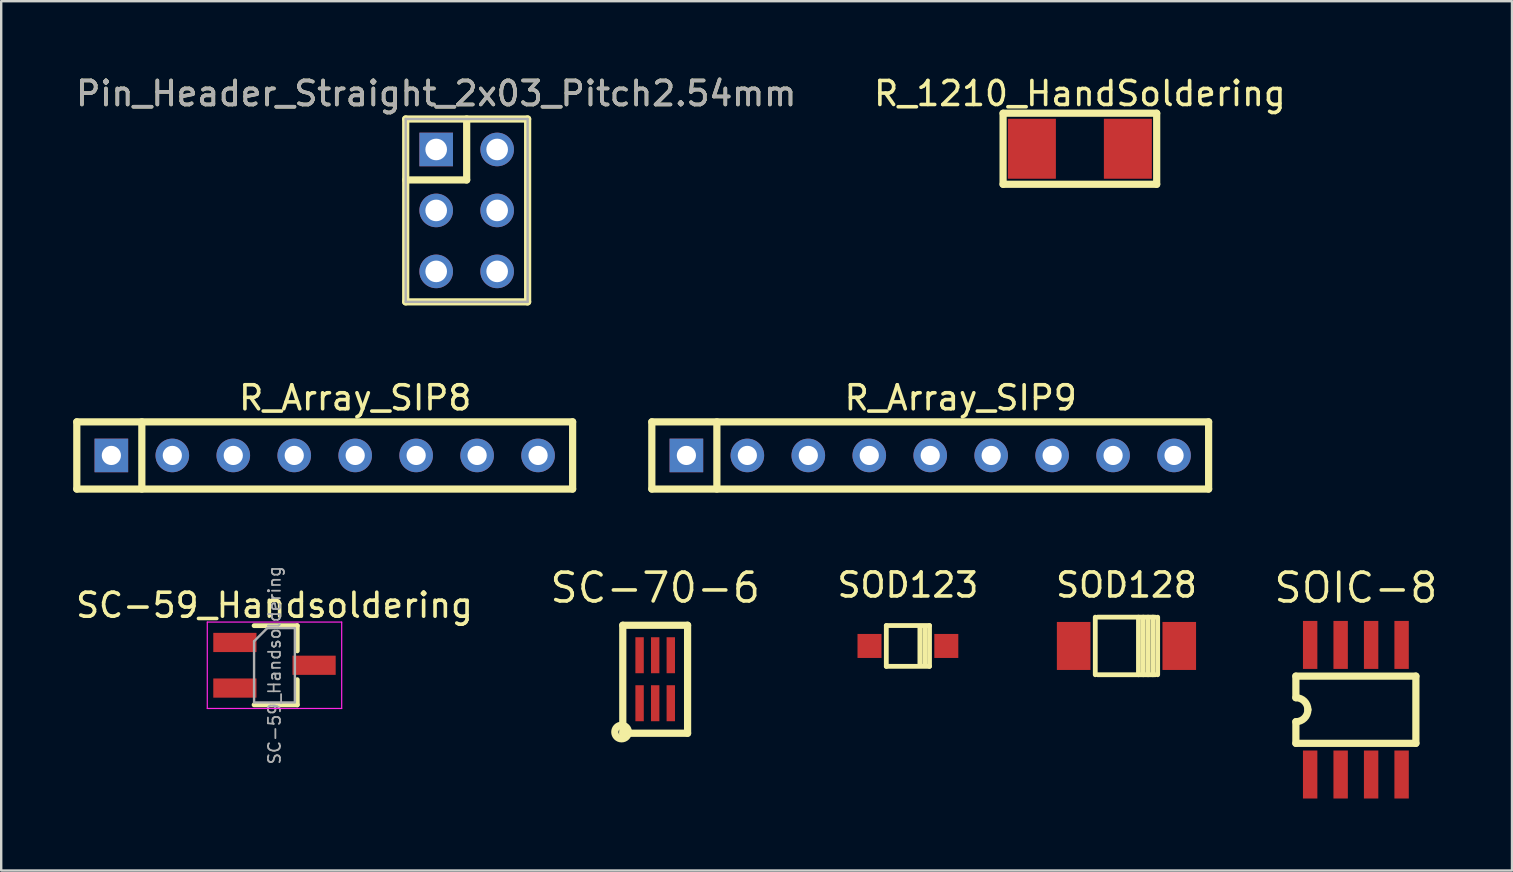
<source format=kicad_pcb>
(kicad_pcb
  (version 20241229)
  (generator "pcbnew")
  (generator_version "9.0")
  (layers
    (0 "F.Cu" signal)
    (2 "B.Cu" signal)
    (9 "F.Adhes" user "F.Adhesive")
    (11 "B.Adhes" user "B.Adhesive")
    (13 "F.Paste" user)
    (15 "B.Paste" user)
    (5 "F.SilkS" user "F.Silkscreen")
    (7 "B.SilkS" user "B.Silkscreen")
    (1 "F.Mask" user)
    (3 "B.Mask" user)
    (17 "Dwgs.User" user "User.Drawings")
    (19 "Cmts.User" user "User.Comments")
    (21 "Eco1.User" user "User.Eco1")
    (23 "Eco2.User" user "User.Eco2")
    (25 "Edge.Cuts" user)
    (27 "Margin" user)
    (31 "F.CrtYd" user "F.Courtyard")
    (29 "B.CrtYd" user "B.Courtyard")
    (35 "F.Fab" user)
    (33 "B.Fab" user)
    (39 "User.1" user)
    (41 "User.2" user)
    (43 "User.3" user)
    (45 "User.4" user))
  (footprint "R_Array_SIP8"
    (layer "F.Cu")
    (at 1.59 15.927)
    (property "Reference" "R_Array_SIP8" (at 10.16 -2.4 0) (layer "F.SilkS") (effects (font (size 1 1) (thickness 0.15))))
    (attr through_hole)
    (fp_line (start -1.44 -1.4) (end -1.44 1.4) (stroke (width 0.3) (type solid)) (layer "F.SilkS"))
    (fp_line (start -1.44 1.4) (end 19.22 1.4) (stroke (width 0.3) (type solid)) (layer "F.SilkS"))
    (fp_line (start 1.27 -1.4) (end 1.27 1.4) (stroke (width 0.3) (type solid)) (layer "F.SilkS"))
    (fp_line (start 19.22 -1.4) (end -1.44 -1.4) (stroke (width 0.3) (type solid)) (layer "F.SilkS"))
    (fp_line (start 19.22 1.4) (end 19.22 -1.4) (stroke (width 0.3) (type solid)) (layer "F.SilkS"))
    (pad "1" thru_hole rect (at 0 0) (size 1.4 1.4) (drill 0.8) (layers "*.Cu" "*.Mask"))
    (pad "2" thru_hole circle (at 2.54 0) (size 1.4 1.4) (drill 0.8) (layers "*.Cu" "*.Mask"))
    (pad "3" thru_hole circle (at 5.08 0) (size 1.4 1.4) (drill 0.8) (layers "*.Cu" "*.Mask"))
    (pad "4" thru_hole circle (at 7.62 0) (size 1.4 1.4) (drill 0.8) (layers "*.Cu" "*.Mask"))
    (pad "5" thru_hole circle (at 10.16 0) (size 1.4 1.4) (drill 0.8) (layers "*.Cu" "*.Mask"))
    (pad "6" thru_hole circle (at 12.7 0) (size 1.4 1.4) (drill 0.8) (layers "*.Cu" "*.Mask"))
    (pad "7" thru_hole circle (at 15.24 0) (size 1.4 1.4) (drill 0.8) (layers "*.Cu" "*.Mask"))
    (pad "8" thru_hole circle (at 17.78 0) (size 1.4 1.4) (drill 0.8) (layers "*.Cu" "*.Mask")))
  (footprint "R_Array_SIP9"
    (layer "F.Cu")
    (at 25.55 15.927)
    (property "Reference" "R_Array_SIP9" (at 11.43 -2.4 0) (layer "F.SilkS") (effects (font (size 1 1) (thickness 0.15))))
    (attr through_hole)
    (fp_line (start -1.44 -1.4) (end -1.44 1.4) (stroke (width 0.3) (type solid)) (layer "F.SilkS"))
    (fp_line (start -1.44 1.4) (end 21.76 1.4) (stroke (width 0.3) (type solid)) (layer "F.SilkS"))
    (fp_line (start 1.27 -1.4) (end 1.27 1.4) (stroke (width 0.3) (type solid)) (layer "F.SilkS"))
    (fp_line (start 21.76 -1.4) (end -1.44 -1.4) (stroke (width 0.3) (type solid)) (layer "F.SilkS"))
    (fp_line (start 21.76 1.4) (end 21.76 -1.4) (stroke (width 0.3) (type solid)) (layer "F.SilkS"))
    (pad "1" thru_hole rect (at 0 0) (size 1.4 1.4) (drill 0.8) (layers "*.Cu" "*.Mask"))
    (pad "2" thru_hole oval (at 2.54 0) (size 1.4 1.4) (drill 0.8) (layers "*.Cu" "*.Mask"))
    (pad "3" thru_hole oval (at 5.08 0) (size 1.4 1.4) (drill 0.8) (layers "*.Cu" "*.Mask"))
    (pad "4" thru_hole oval (at 7.62 0) (size 1.4 1.4) (drill 0.8) (layers "*.Cu" "*.Mask"))
    (pad "5" thru_hole oval (at 10.16 0) (size 1.4 1.4) (drill 0.8) (layers "*.Cu" "*.Mask"))
    (pad "6" thru_hole oval (at 12.7 0) (size 1.4 1.4) (drill 0.8) (layers "*.Cu" "*.Mask"))
    (pad "7" thru_hole oval (at 15.24 0) (size 1.4 1.4) (drill 0.8) (layers "*.Cu" "*.Mask"))
    (pad "8" thru_hole oval (at 17.78 0) (size 1.4 1.4) (drill 0.8) (layers "*.Cu" "*.Mask"))
    (pad "9" thru_hole oval (at 20.32 0) (size 1.4 1.4) (drill 0.8) (layers "*.Cu" "*.Mask")))
  (footprint "SC-59_Handsoldering"
    (layer "F.Cu")
    (at 8.387 24.67)
    (property "Reference" "SC-59_Handsoldering" (at 0 -2.5 0) (layer "F.SilkS") (effects (font (size 1 1) (thickness 0.15))))
    (attr smd)
    (fp_line (start -0.85 -1.65) (end 0.95 -1.65) (stroke (width 0.2) (type solid)) (layer "F.SilkS"))
    (fp_line (start -0.85 1.65) (end 0.95 1.65) (stroke (width 0.2) (type solid)) (layer "F.SilkS"))
    (fp_line (start 0.95 -1.65) (end 0.95 -0.6) (stroke (width 0.2) (type solid)) (layer "F.SilkS"))
    (fp_line (start 0.95 1.65) (end 0.95 0.6) (stroke (width 0.2) (type solid)) (layer "F.SilkS"))
    (fp_line (start -2.8 -1.8) (end -2.8 1.8) (stroke (width 0.05) (type solid)) (layer "F.CrtYd"))
    (fp_line (start -2.8 -1.8) (end 2.8 -1.8) (stroke (width 0.05) (type solid)) (layer "F.CrtYd"))
    (fp_line (start 2.8 1.8) (end -2.8 1.8) (stroke (width 0.05) (type solid)) (layer "F.CrtYd"))
    (fp_line (start 2.8 1.8) (end 2.8 -1.8) (stroke (width 0.05) (type solid)) (layer "F.CrtYd"))
    (fp_line (start -0.85 1.55) (end -0.85 -1) (stroke (width 0.1) (type solid)) (layer "F.Fab"))
    (fp_line (start -0.85 1.55) (end 0.85 1.55) (stroke (width 0.1) (type solid)) (layer "F.Fab"))
    (fp_line (start -0.3 -1.55) (end -0.85 -1) (stroke (width 0.1) (type solid)) (layer "F.Fab"))
    (fp_line (start -0.3 -1.55) (end 0.85 -1.55) (stroke (width 0.1) (type solid)) (layer "F.Fab"))
    (fp_line (start 0.85 -1.52) (end 0.85 1.52) (stroke (width 0.1) (type solid)) (layer "F.Fab"))
    (fp_text user "${REFERENCE}" (at 0 0 90) (layer "F.Fab") (effects (font (size 0.5 0.5) (thickness 0.075))))
    (pad "1" smd rect (at -1.65 -0.95) (size 1.8 0.8) (layers "F.Cu" "F.Mask" "F.Paste"))
    (pad "2" smd rect (at -1.65 0.95) (size 1.8 0.8) (layers "F.Cu" "F.Mask" "F.Paste"))
    (pad "3" smd rect (at 1.65 0) (size 1.8 0.8) (layers "F.Cu" "F.Mask" "F.Paste")))
  (footprint "SOD123"
    (layer "F.Cu")
    (at 34.78 23.865)
    (property "Reference" "SOD123" (at 0 -2.54 0) (layer "F.SilkS") (effects (font (size 1 1) (thickness 0.15))))
    (attr through_hole)
    (fp_line (start -0.9 -0.85) (end -0.9 0.85) (stroke (width 0.2) (type solid)) (layer "F.SilkS"))
    (fp_line (start -0.9 0.85) (end 0.9 0.85) (stroke (width 0.2) (type solid)) (layer "F.SilkS"))
    (fp_line (start 0.5 -0.8) (end 0.5 0.8) (stroke (width 0.2) (type solid)) (layer "F.SilkS"))
    (fp_line (start 0.7 0.8) (end 0.7 -0.8) (stroke (width 0.2) (type solid)) (layer "F.SilkS"))
    (fp_line (start 0.9 -0.85) (end -0.9 -0.85) (stroke (width 0.2) (type solid)) (layer "F.SilkS"))
    (fp_line (start 0.9 0.85) (end 0.9 -0.85) (stroke (width 0.2) (type solid)) (layer "F.SilkS"))
    (pad "1" smd rect (at -1.6 0) (size 1 1) (layers "F.Cu" "F.Mask" "F.Paste"))
    (pad "2" smd rect (at 1.6 0) (size 1 1) (layers "F.Cu" "F.Mask" "F.Paste")))
  (footprint "SOIC-8"
    (layer "F.Cu")
    (at 53.446 26.522)
    (property "Reference" "SOIC-8" (at 0 -5.08 180) (layer "F.SilkS") (effects (font (size 1.2 1.2) (thickness 0.15))))
    (attr through_hole)
    (fp_line (start -2.5 -1.4) (end -2.5 -0.5) (stroke (width 0.3) (type solid)) (layer "F.SilkS"))
    (fp_line (start -2.5 0.5) (end -2.5 1.4) (stroke (width 0.3) (type solid)) (layer "F.SilkS"))
    (fp_line (start -2.5 1.4) (end 2.5 1.4) (stroke (width 0.3) (type solid)) (layer "F.SilkS"))
    (fp_line (start 2.5 -1.4) (end -2.5 -1.4) (stroke (width 0.3) (type solid)) (layer "F.SilkS"))
    (fp_line (start 2.5 1.4) (end 2.5 -1.4) (stroke (width 0.3) (type solid)) (layer "F.SilkS"))
    (fp_arc (start -2.5 -0.5) (mid -2.146447 -0.353553) (end -2 0) (stroke (width 0.3) (type solid)) (layer "F.SilkS"))
    (fp_arc (start -2 0) (mid -2.146447 0.353553) (end -2.5 0.5) (stroke (width 0.3) (type solid)) (layer "F.SilkS"))
    (pad "1" smd rect (at -1.905 2.7) (size 0.6 2) (layers "F.Cu" "F.Mask" "F.Paste"))
    (pad "2" smd rect (at -0.635 2.7) (size 0.6 2) (layers "F.Cu" "F.Mask" "F.Paste"))
    (pad "3" smd rect (at 0.635 2.7) (size 0.6 2) (layers "F.Cu" "F.Mask" "F.Paste"))
    (pad "4" smd rect (at 1.905 2.7) (size 0.6 2) (layers "F.Cu" "F.Mask" "F.Paste"))
    (pad "5" smd rect (at 1.905 -2.7) (size 0.6 2) (layers "F.Cu" "F.Mask" "F.Paste"))
    (pad "6" smd rect (at 0.635 -2.7) (size 0.6 2) (layers "F.Cu" "F.Mask" "F.Paste"))
    (pad "7" smd rect (at -0.635 -2.7) (size 0.6 2) (layers "F.Cu" "F.Mask" "F.Paste"))
    (pad "8" smd rect (at -1.905 -2.7) (size 0.6 2) (layers "F.Cu" "F.Mask" "F.Paste")))
  (footprint "SC-70-6"
    (layer "F.Cu")
    (at 24.25 25.252)
    (property "Reference" "SC-70-6" (at 0 -3.81 180) (layer "F.SilkS") (effects (font (size 1.2 1.2) (thickness 0.15))))
    (attr through_hole)
    (fp_line (start -1.35 -2.25) (end -1.35 2.25) (stroke (width 0.3) (type solid)) (layer "F.SilkS"))
    (fp_line (start -1.35 2.25) (end 1.35 2.25) (stroke (width 0.3) (type solid)) (layer "F.SilkS"))
    (fp_line (start 1.35 -2.25) (end -1.35 -2.25) (stroke (width 0.3) (type solid)) (layer "F.SilkS"))
    (fp_line (start 1.35 2.25) (end 1.35 -2.25) (stroke (width 0.3) (type solid)) (layer "F.SilkS"))
    (fp_circle (center -1.4 2.2) (end -1.2 2.4) (stroke (width 0.3) (type solid)) (fill no) (layer "F.SilkS"))
    (pad "1" smd rect (at -0.65 1) (size 0.35 1.5) (layers "F.Cu" "F.Mask" "F.Paste"))
    (pad "2" smd rect (at 0 1) (size 0.35 1.5) (layers "F.Cu" "F.Mask" "F.Paste"))
    (pad "3" smd rect (at 0.65 1) (size 0.35 1.5) (layers "F.Cu" "F.Mask" "F.Paste"))
    (pad "4" smd rect (at 0.65 -1) (size 0.35 1.5) (layers "F.Cu" "F.Mask" "F.Paste"))
    (pad "5" smd rect (at 0 -1) (size 0.35 1.5) (layers "F.Cu" "F.Mask" "F.Paste"))
    (pad "6" smd rect (at -0.65 -1) (size 0.35 1.5) (layers "F.Cu" "F.Mask" "F.Paste")))
  (footprint "SOD128"
    (layer "F.Cu")
    (at 43.887 23.865)
    (property "Reference" "SOD128" (at 0 -2.54 0) (layer "F.SilkS") (effects (font (size 1 1) (thickness 0.15))))
    (attr through_hole)
    (fp_line (start -1.3 -1.2) (end -1.3 1.2) (stroke (width 0.2) (type solid)) (layer "F.SilkS"))
    (fp_line (start -1.2 1.2) (end 1.2 1.2) (stroke (width 0.2) (type solid)) (layer "F.SilkS"))
    (fp_line (start 0.5 -1.2) (end 0.5 1.2) (stroke (width 0.2) (type solid)) (layer "F.SilkS"))
    (fp_line (start 0.7 1.2) (end 0.7 -1.2) (stroke (width 0.2) (type solid)) (layer "F.SilkS"))
    (fp_line (start 0.9 -1.2) (end 0.9 1.2) (stroke (width 0.2) (type solid)) (layer "F.SilkS"))
    (fp_line (start 1.1 1.2) (end 1.1 -1.2) (stroke (width 0.2) (type solid)) (layer "F.SilkS"))
    (fp_line (start 1.2 -1.2) (end -1.2 -1.2) (stroke (width 0.2) (type solid)) (layer "F.SilkS"))
    (fp_line (start 1.3 -1.2) (end 1.3 1.2) (stroke (width 0.2) (type solid)) (layer "F.SilkS"))
    (pad "1" smd rect (at -2.2 0) (size 1.4 2) (layers "F.Cu" "F.Mask" "F.Paste"))
    (pad "2" smd rect (at 2.2 0) (size 1.4 2) (layers "F.Cu" "F.Mask" "F.Paste")))
  (footprint "Pin_Header_Straight_2x03_Pitch2.54mm"
    (layer "F.Cu")
    (at 15.125 3.178)
    (property "Reference" "Pin_Header_Straight_2x03_Pitch2.54mm" (at 0 -2.33 0) (layer "F.SilkS") (effects (font (size 1 1) (thickness 0.15))))
    (attr through_hole)
    (fp_line (start -1.27 -1.27) (end -1.27 6.35) (stroke (width 0.3) (type solid)) (layer "F.SilkS"))
    (fp_line (start -1.27 1.27) (end 1.27 1.27) (stroke (width 0.3) (type solid)) (layer "F.SilkS"))
    (fp_line (start -1.27 6.35) (end 3.81 6.35) (stroke (width 0.3) (type solid)) (layer "F.SilkS"))
    (fp_line (start 1.27 1.27) (end 1.27 -1.27) (stroke (width 0.3) (type solid)) (layer "F.SilkS"))
    (fp_line (start 3.81 -1.27) (end -1.27 -1.27) (stroke (width 0.3) (type solid)) (layer "F.SilkS"))
    (fp_line (start 3.81 6.35) (end 3.81 -1.27) (stroke (width 0.3) (type solid)) (layer "F.SilkS"))
    (fp_line (start -1.27 -1.27) (end -1.27 6.35) (stroke (width 0.1) (type solid)) (layer "F.Fab"))
    (fp_line (start -1.27 6.35) (end 3.81 6.35) (stroke (width 0.1) (type solid)) (layer "F.Fab"))
    (fp_line (start 3.81 -1.27) (end -1.27 -1.27) (stroke (width 0.1) (type solid)) (layer "F.Fab"))
    (fp_line (start 3.81 6.35) (end 3.81 -1.27) (stroke (width 0.1) (type solid)) (layer "F.Fab"))
    (fp_text user "${REFERENCE}" (at 0 -2.33 0) (layer "F.Fab") (effects (font (size 1 1) (thickness 0.15))))
    (pad "1" thru_hole rect (at 0 0) (size 1.4 1.4) (drill 0.9) (layers "*.Cu" "*.Mask"))
    (pad "2" thru_hole circle (at 0 2.54) (size 1.4 1.4) (drill 0.9) (layers "*.Cu" "*.Mask"))
    (pad "3" thru_hole circle (at 0 5.08) (size 1.4 1.4) (drill 0.9) (layers "*.Cu" "*.Mask"))
    (pad "4" thru_hole circle (at 2.54 5.08) (size 1.4 1.4) (drill 0.9) (layers "*.Cu" "*.Mask"))
    (pad "5" thru_hole circle (at 2.54 2.54) (size 1.4 1.4) (drill 0.9) (layers "*.Cu" "*.Mask"))
    (pad "6" thru_hole circle (at 2.54 0) (size 1.4 1.4) (drill 0.9) (layers "*.Cu" "*.Mask")))
  (footprint "R_1210_HandSoldering"
    (layer "F.Cu")
    (at 41.946 3.148)
    (property "Reference" "R_1210_HandSoldering" (at 0 -2.3 0) (layer "F.SilkS") (effects (font (size 1 1) (thickness 0.15))))
    (attr smd)
    (fp_line (start -3.2 -1.48) (end 3.2 -1.48) (stroke (width 0.3) (type solid)) (layer "F.SilkS"))
    (fp_line (start -3.2 1.48) (end -3.2 -1.48) (stroke (width 0.3) (type solid)) (layer "F.SilkS"))
    (fp_line (start 3.2 -1.48) (end 3.2 1.48) (stroke (width 0.3) (type solid)) (layer "F.SilkS"))
    (fp_line (start 3.2 1.48) (end -3.2 1.48) (stroke (width 0.3) (type solid)) (layer "F.SilkS"))
    (pad "1" smd rect (at -2 0) (size 2 2.5) (layers "F.Cu" "F.Mask" "F.Paste"))
    (pad "2" smd rect (at 2 0) (size 2 2.5) (layers "F.Cu" "F.Mask" "F.Paste")))
  (gr_rect
    (start -3 -3)
    (end 59.951 33.222)
    (stroke (width 0.1) (type default))
    (fill no)
    (layer "Edge.Cuts")))
</source>
